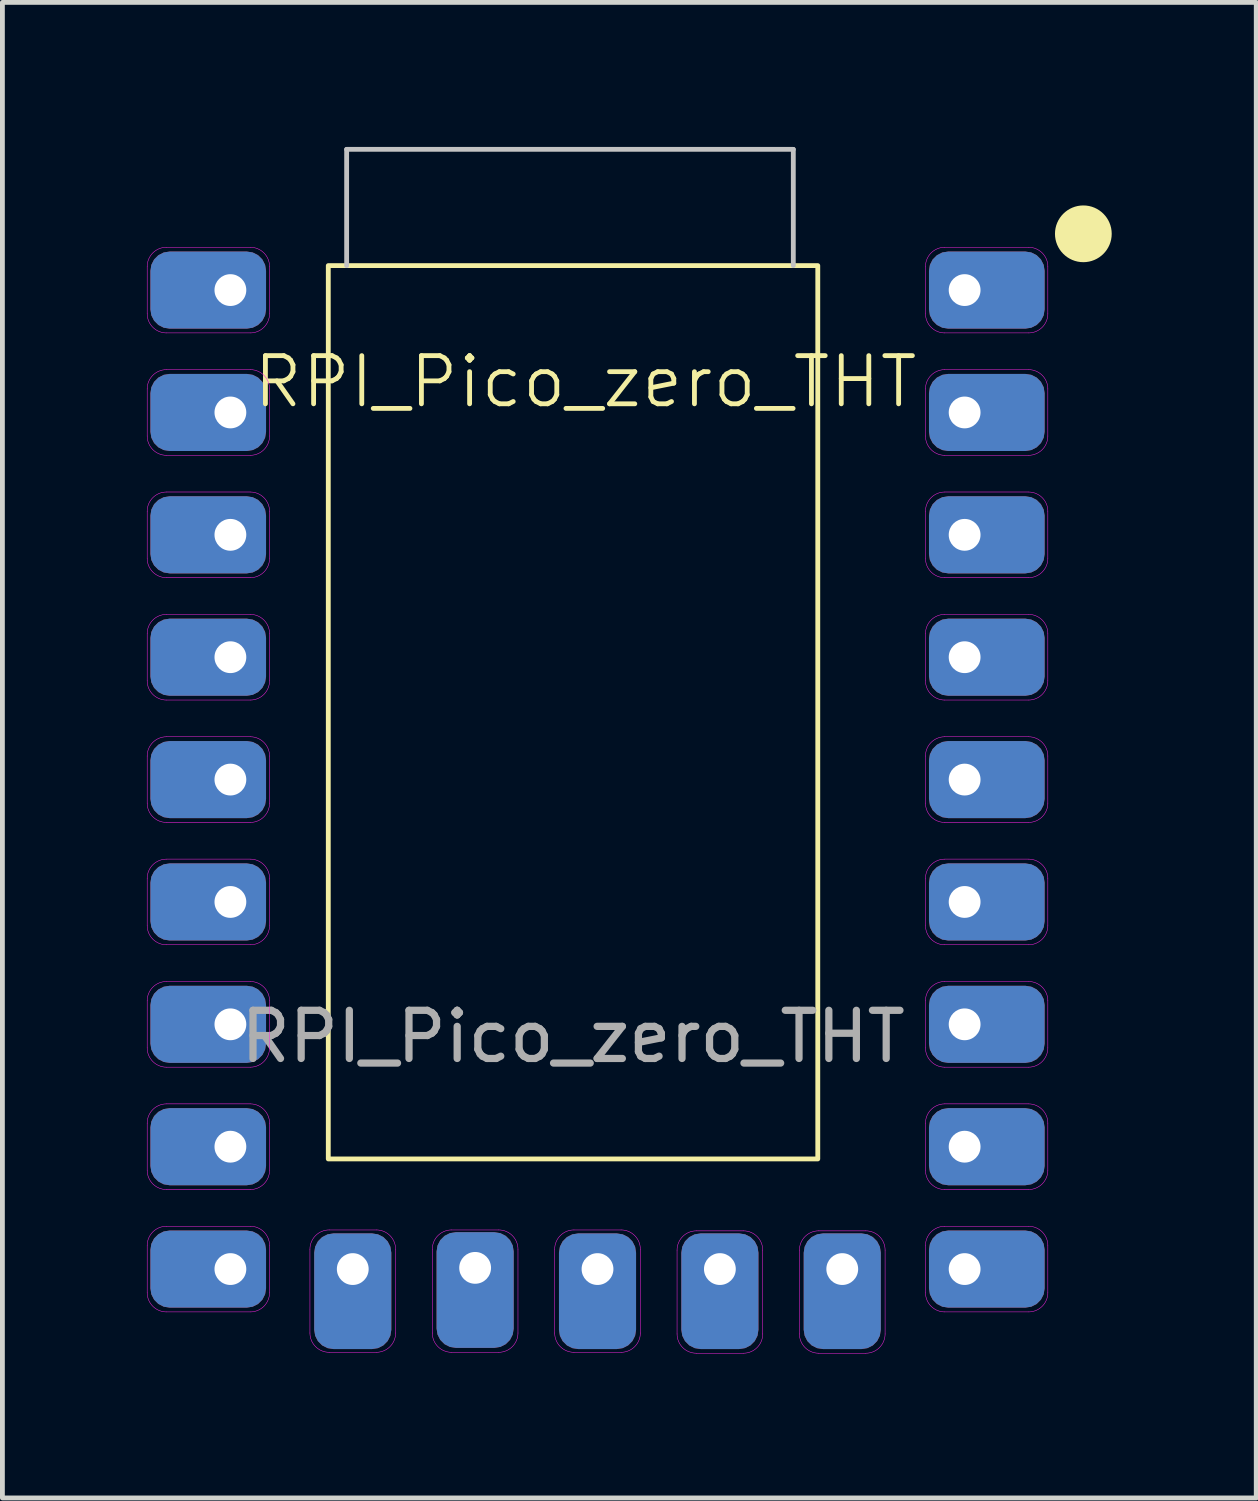
<source format=kicad_pcb>
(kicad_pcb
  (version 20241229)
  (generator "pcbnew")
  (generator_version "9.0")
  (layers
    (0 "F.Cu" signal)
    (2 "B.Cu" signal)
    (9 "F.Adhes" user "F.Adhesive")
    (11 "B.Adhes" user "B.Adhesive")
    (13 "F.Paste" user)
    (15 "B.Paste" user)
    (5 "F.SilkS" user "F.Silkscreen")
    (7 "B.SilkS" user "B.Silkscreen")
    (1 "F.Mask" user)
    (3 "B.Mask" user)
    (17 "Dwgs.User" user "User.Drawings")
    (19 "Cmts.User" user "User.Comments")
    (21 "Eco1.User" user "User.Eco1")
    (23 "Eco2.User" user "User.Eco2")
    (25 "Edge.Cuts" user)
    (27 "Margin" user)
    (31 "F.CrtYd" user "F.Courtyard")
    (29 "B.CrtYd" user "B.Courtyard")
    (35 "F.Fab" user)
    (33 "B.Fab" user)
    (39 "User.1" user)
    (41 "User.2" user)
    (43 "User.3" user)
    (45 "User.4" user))
  (footprint "RPI_Pico_zero_THT"
    (layer "F.Cu")
    (at 9.403 13.487)
    (property "Reference" "RPI_Pico_zero_THT" (at -0.301 -8.613 0) (unlocked yes) (layer "F.SilkS") (effects (font (size 1 1) (thickness 0.1))))
    (attr through_hole)
    (fp_rect (start -5.639 -11.024) (end 4.521 7.518) (stroke (width 0.1) (type default)) (fill no) (layer "F.SilkS"))
    (fp_circle (center 10.033 -11.684) (end 10.414 -12.065) (stroke (width 0.1) (type default)) (fill yes) (layer "F.SilkS"))
    (fp_line (start -5.258 -13.437) (end -5.258 -11.024) (stroke (width 0.1) (type default)) (layer "Dwgs.User"))
    (fp_line (start 4.013 -13.437) (end -5.258 -13.437) (stroke (width 0.1) (type default)) (layer "Dwgs.User"))
    (fp_line (start 4.013 -13.437) (end 4.013 -11.024) (stroke (width 0.1) (type default)) (layer "Dwgs.User"))
    (fp_line (start -9.398 -10.027) (end -9.398 -11.005) (stroke (width 0.01) (type default)) (layer "F.CrtYd"))
    (fp_line (start -9.398 -7.487) (end -9.398 -8.465) (stroke (width 0.01) (type default)) (layer "F.CrtYd"))
    (fp_line (start -9.398 -4.947) (end -9.398 -5.925) (stroke (width 0.01) (type default)) (layer "F.CrtYd"))
    (fp_line (start -9.398 -2.407) (end -9.398 -3.385) (stroke (width 0.01) (type default)) (layer "F.CrtYd"))
    (fp_line (start -9.398 0.133) (end -9.398 -0.845) (stroke (width 0.01) (type default)) (layer "F.CrtYd"))
    (fp_line (start -9.398 2.673) (end -9.398 1.695) (stroke (width 0.01) (type default)) (layer "F.CrtYd"))
    (fp_line (start -9.398 5.213) (end -9.398 4.235) (stroke (width 0.01) (type default)) (layer "F.CrtYd"))
    (fp_line (start -9.398 7.753) (end -9.398 6.775) (stroke (width 0.01) (type default)) (layer "F.CrtYd"))
    (fp_line (start -9.398 10.293) (end -9.398 9.315) (stroke (width 0.01) (type default)) (layer "F.CrtYd"))
    (fp_line (start -8.998 -11.405) (end -7.258 -11.405) (stroke (width 0.01) (type default)) (layer "F.CrtYd"))
    (fp_line (start -8.998 -8.865) (end -7.258 -8.865) (stroke (width 0.01) (type default)) (layer "F.CrtYd"))
    (fp_line (start -8.998 -6.325) (end -7.258 -6.325) (stroke (width 0.01) (type default)) (layer "F.CrtYd"))
    (fp_line (start -8.998 -3.785) (end -7.258 -3.785) (stroke (width 0.01) (type default)) (layer "F.CrtYd"))
    (fp_line (start -8.998 -1.245) (end -7.258 -1.245) (stroke (width 0.01) (type default)) (layer "F.CrtYd"))
    (fp_line (start -8.998 1.295) (end -7.258 1.295) (stroke (width 0.01) (type default)) (layer "F.CrtYd"))
    (fp_line (start -8.998 3.835) (end -7.258 3.835) (stroke (width 0.01) (type default)) (layer "F.CrtYd"))
    (fp_line (start -8.998 6.375) (end -7.258 6.375) (stroke (width 0.01) (type default)) (layer "F.CrtYd"))
    (fp_line (start -8.998 8.915) (end -7.258 8.915) (stroke (width 0.01) (type default)) (layer "F.CrtYd"))
    (fp_line (start -7.258 -9.627) (end -8.998 -9.627) (stroke (width 0.01) (type default)) (layer "F.CrtYd"))
    (fp_line (start -7.258 -7.087) (end -8.998 -7.087) (stroke (width 0.01) (type default)) (layer "F.CrtYd"))
    (fp_line (start -7.258 -4.547) (end -8.998 -4.547) (stroke (width 0.01) (type default)) (layer "F.CrtYd"))
    (fp_line (start -7.258 -2.007) (end -8.998 -2.007) (stroke (width 0.01) (type default)) (layer "F.CrtYd"))
    (fp_line (start -7.258 0.533) (end -8.998 0.533) (stroke (width 0.01) (type default)) (layer "F.CrtYd"))
    (fp_line (start -7.258 3.073) (end -8.998 3.073) (stroke (width 0.01) (type default)) (layer "F.CrtYd"))
    (fp_line (start -7.258 5.613) (end -8.998 5.613) (stroke (width 0.01) (type default)) (layer "F.CrtYd"))
    (fp_line (start -7.258 8.153) (end -8.998 8.153) (stroke (width 0.01) (type default)) (layer "F.CrtYd"))
    (fp_line (start -7.258 10.693) (end -8.998 10.693) (stroke (width 0.01) (type default)) (layer "F.CrtYd"))
    (fp_line (start -6.858 -11.005) (end -6.858 -10.027) (stroke (width 0.01) (type default)) (layer "F.CrtYd"))
    (fp_line (start -6.858 -8.465) (end -6.858 -7.487) (stroke (width 0.01) (type default)) (layer "F.CrtYd"))
    (fp_line (start -6.858 -5.925) (end -6.858 -4.947) (stroke (width 0.01) (type default)) (layer "F.CrtYd"))
    (fp_line (start -6.858 -3.385) (end -6.858 -2.407) (stroke (width 0.01) (type default)) (layer "F.CrtYd"))
    (fp_line (start -6.858 -0.845) (end -6.858 0.133) (stroke (width 0.01) (type default)) (layer "F.CrtYd"))
    (fp_line (start -6.858 1.695) (end -6.858 2.673) (stroke (width 0.01) (type default)) (layer "F.CrtYd"))
    (fp_line (start -6.858 4.235) (end -6.858 5.213) (stroke (width 0.01) (type default)) (layer "F.CrtYd"))
    (fp_line (start -6.858 6.775) (end -6.858 7.753) (stroke (width 0.01) (type default)) (layer "F.CrtYd"))
    (fp_line (start -6.858 9.315) (end -6.858 10.293) (stroke (width 0.01) (type default)) (layer "F.CrtYd"))
    (fp_line (start -6.02 11.132) (end -6.02 9.392) (stroke (width 0.01) (type default)) (layer "F.CrtYd"))
    (fp_line (start -5.62 8.992) (end -4.642 8.992) (stroke (width 0.01) (type default)) (layer "F.CrtYd"))
    (fp_line (start -4.642 11.532) (end -5.62 11.532) (stroke (width 0.01) (type default)) (layer "F.CrtYd"))
    (fp_line (start -4.242 9.392) (end -4.242 11.132) (stroke (width 0.01) (type default)) (layer "F.CrtYd"))
    (fp_line (start -3.48 11.132) (end -3.48 9.392) (stroke (width 0.01) (type default)) (layer "F.CrtYd"))
    (fp_line (start -3.08 8.992) (end -2.102 8.992) (stroke (width 0.01) (type default)) (layer "F.CrtYd"))
    (fp_line (start -2.102 11.532) (end -3.08 11.532) (stroke (width 0.01) (type default)) (layer "F.CrtYd"))
    (fp_line (start -1.702 9.392) (end -1.702 11.132) (stroke (width 0.01) (type default)) (layer "F.CrtYd"))
    (fp_line (start -0.94 11.132) (end -0.94 9.392) (stroke (width 0.01) (type default)) (layer "F.CrtYd"))
    (fp_line (start -0.54 8.992) (end 0.438 8.992) (stroke (width 0.01) (type default)) (layer "F.CrtYd"))
    (fp_line (start 0.438 11.532) (end -0.54 11.532) (stroke (width 0.01) (type default)) (layer "F.CrtYd"))
    (fp_line (start 0.838 9.392) (end 0.838 11.132) (stroke (width 0.01) (type default)) (layer "F.CrtYd"))
    (fp_line (start 1.6 11.151) (end 1.6 9.411) (stroke (width 0.01) (type default)) (layer "F.CrtYd"))
    (fp_line (start 2 9.011) (end 2.978 9.011) (stroke (width 0.01) (type default)) (layer "F.CrtYd"))
    (fp_line (start 2.978 11.551) (end 2 11.551) (stroke (width 0.01) (type default)) (layer "F.CrtYd"))
    (fp_line (start 3.378 9.411) (end 3.378 11.151) (stroke (width 0.01) (type default)) (layer "F.CrtYd"))
    (fp_line (start 4.14 11.151) (end 4.14 9.411) (stroke (width 0.01) (type default)) (layer "F.CrtYd"))
    (fp_line (start 4.54 9.011) (end 5.518 9.011) (stroke (width 0.01) (type default)) (layer "F.CrtYd"))
    (fp_line (start 5.518 11.551) (end 4.54 11.551) (stroke (width 0.01) (type default)) (layer "F.CrtYd"))
    (fp_line (start 5.918 9.411) (end 5.918 11.151) (stroke (width 0.01) (type default)) (layer "F.CrtYd"))
    (fp_line (start 6.756 -10.027) (end 6.756 -11.005) (stroke (width 0.01) (type default)) (layer "F.CrtYd"))
    (fp_line (start 6.756 -7.487) (end 6.756 -8.465) (stroke (width 0.01) (type default)) (layer "F.CrtYd"))
    (fp_line (start 6.756 -4.947) (end 6.756 -5.925) (stroke (width 0.01) (type default)) (layer "F.CrtYd"))
    (fp_line (start 6.756 -2.407) (end 6.756 -3.385) (stroke (width 0.01) (type default)) (layer "F.CrtYd"))
    (fp_line (start 6.756 0.133) (end 6.756 -0.845) (stroke (width 0.01) (type default)) (layer "F.CrtYd"))
    (fp_line (start 6.756 2.673) (end 6.756 1.695) (stroke (width 0.01) (type default)) (layer "F.CrtYd"))
    (fp_line (start 6.756 5.213) (end 6.756 4.235) (stroke (width 0.01) (type default)) (layer "F.CrtYd"))
    (fp_line (start 6.756 7.753) (end 6.756 6.775) (stroke (width 0.01) (type default)) (layer "F.CrtYd"))
    (fp_line (start 6.756 10.293) (end 6.756 9.315) (stroke (width 0.01) (type default)) (layer "F.CrtYd"))
    (fp_line (start 7.156 -11.405) (end 8.896 -11.405) (stroke (width 0.01) (type default)) (layer "F.CrtYd"))
    (fp_line (start 7.156 -8.865) (end 8.896 -8.865) (stroke (width 0.01) (type default)) (layer "F.CrtYd"))
    (fp_line (start 7.156 -6.325) (end 8.896 -6.325) (stroke (width 0.01) (type default)) (layer "F.CrtYd"))
    (fp_line (start 7.156 -3.785) (end 8.896 -3.785) (stroke (width 0.01) (type default)) (layer "F.CrtYd"))
    (fp_line (start 7.156 -1.245) (end 8.896 -1.245) (stroke (width 0.01) (type default)) (layer "F.CrtYd"))
    (fp_line (start 7.156 1.295) (end 8.896 1.295) (stroke (width 0.01) (type default)) (layer "F.CrtYd"))
    (fp_line (start 7.156 3.835) (end 8.896 3.835) (stroke (width 0.01) (type default)) (layer "F.CrtYd"))
    (fp_line (start 7.156 6.375) (end 8.896 6.375) (stroke (width 0.01) (type default)) (layer "F.CrtYd"))
    (fp_line (start 7.156 8.915) (end 8.896 8.915) (stroke (width 0.01) (type default)) (layer "F.CrtYd"))
    (fp_line (start 8.896 -9.627) (end 7.156 -9.627) (stroke (width 0.01) (type default)) (layer "F.CrtYd"))
    (fp_line (start 8.896 -7.087) (end 7.156 -7.087) (stroke (width 0.01) (type default)) (layer "F.CrtYd"))
    (fp_line (start 8.896 -4.547) (end 7.156 -4.547) (stroke (width 0.01) (type default)) (layer "F.CrtYd"))
    (fp_line (start 8.896 -2.007) (end 7.156 -2.007) (stroke (width 0.01) (type default)) (layer "F.CrtYd"))
    (fp_line (start 8.896 0.533) (end 7.156 0.533) (stroke (width 0.01) (type default)) (layer "F.CrtYd"))
    (fp_line (start 8.896 3.073) (end 7.156 3.073) (stroke (width 0.01) (type default)) (layer "F.CrtYd"))
    (fp_line (start 8.896 5.613) (end 7.156 5.613) (stroke (width 0.01) (type default)) (layer "F.CrtYd"))
    (fp_line (start 8.896 8.153) (end 7.156 8.153) (stroke (width 0.01) (type default)) (layer "F.CrtYd"))
    (fp_line (start 8.896 10.693) (end 7.156 10.693) (stroke (width 0.01) (type default)) (layer "F.CrtYd"))
    (fp_line (start 9.296 -11.005) (end 9.296 -10.027) (stroke (width 0.01) (type default)) (layer "F.CrtYd"))
    (fp_line (start 9.296 -8.465) (end 9.296 -7.487) (stroke (width 0.01) (type default)) (layer "F.CrtYd"))
    (fp_line (start 9.296 -5.925) (end 9.296 -4.947) (stroke (width 0.01) (type default)) (layer "F.CrtYd"))
    (fp_line (start 9.296 -3.385) (end 9.296 -2.407) (stroke (width 0.01) (type default)) (layer "F.CrtYd"))
    (fp_line (start 9.296 -0.845) (end 9.296 0.133) (stroke (width 0.01) (type default)) (layer "F.CrtYd"))
    (fp_line (start 9.296 1.695) (end 9.296 2.673) (stroke (width 0.01) (type default)) (layer "F.CrtYd"))
    (fp_line (start 9.296 4.235) (end 9.296 5.213) (stroke (width 0.01) (type default)) (layer "F.CrtYd"))
    (fp_line (start 9.296 6.775) (end 9.296 7.753) (stroke (width 0.01) (type default)) (layer "F.CrtYd"))
    (fp_line (start 9.296 9.315) (end 9.296 10.293) (stroke (width 0.01) (type default)) (layer "F.CrtYd"))
    (fp_arc (start -9.398 -11.0046) (mid -9.280843 -11.287443) (end -8.998 -11.4046) (stroke (width 0.01) (type default)) (layer "F.CrtYd"))
    (fp_arc (start -9.398 -8.4646) (mid -9.280843 -8.747443) (end -8.998 -8.8646) (stroke (width 0.01) (type default)) (layer "F.CrtYd"))
    (fp_arc (start -9.398 -5.9246) (mid -9.280843 -6.207443) (end -8.998 -6.3246) (stroke (width 0.01) (type default)) (layer "F.CrtYd"))
    (fp_arc (start -9.398 -3.3846) (mid -9.280843 -3.667443) (end -8.998 -3.7846) (stroke (width 0.01) (type default)) (layer "F.CrtYd"))
    (fp_arc (start -9.398 -0.8446) (mid -9.280843 -1.127443) (end -8.998 -1.2446) (stroke (width 0.01) (type default)) (layer "F.CrtYd"))
    (fp_arc (start -9.398 1.6954) (mid -9.280843 1.412557) (end -8.998 1.2954) (stroke (width 0.01) (type default)) (layer "F.CrtYd"))
    (fp_arc (start -9.398 4.2354) (mid -9.280843 3.952557) (end -8.998 3.8354) (stroke (width 0.01) (type default)) (layer "F.CrtYd"))
    (fp_arc (start -9.398 6.7754) (mid -9.280843 6.492557) (end -8.998 6.3754) (stroke (width 0.01) (type default)) (layer "F.CrtYd"))
    (fp_arc (start -9.398 9.3154) (mid -9.280843 9.032557) (end -8.998 8.9154) (stroke (width 0.01) (type default)) (layer "F.CrtYd"))
    (fp_arc (start -8.998 -9.6266) (mid -9.280843 -9.743757) (end -9.398 -10.0266) (stroke (width 0.01) (type default)) (layer "F.CrtYd"))
    (fp_arc (start -8.998 -7.0866) (mid -9.280843 -7.203757) (end -9.398 -7.4866) (stroke (width 0.01) (type default)) (layer "F.CrtYd"))
    (fp_arc (start -8.998 -4.5466) (mid -9.280843 -4.663757) (end -9.398 -4.9466) (stroke (width 0.01) (type default)) (layer "F.CrtYd"))
    (fp_arc (start -8.998 -2.0066) (mid -9.280843 -2.123757) (end -9.398 -2.4066) (stroke (width 0.01) (type default)) (layer "F.CrtYd"))
    (fp_arc (start -8.998 0.5334) (mid -9.280843 0.416243) (end -9.398 0.1334) (stroke (width 0.01) (type default)) (layer "F.CrtYd"))
    (fp_arc (start -8.998 3.0734) (mid -9.280843 2.956243) (end -9.398 2.6734) (stroke (width 0.01) (type default)) (layer "F.CrtYd"))
    (fp_arc (start -8.998 5.6134) (mid -9.280843 5.496243) (end -9.398 5.2134) (stroke (width 0.01) (type default)) (layer "F.CrtYd"))
    (fp_arc (start -8.998 8.1534) (mid -9.280843 8.036243) (end -9.398 7.7534) (stroke (width 0.01) (type default)) (layer "F.CrtYd"))
    (fp_arc (start -8.998 10.6934) (mid -9.280843 10.576243) (end -9.398 10.2934) (stroke (width 0.01) (type default)) (layer "F.CrtYd"))
    (fp_arc (start -7.258 -11.4046) (mid -6.975157 -11.287443) (end -6.858 -11.0046) (stroke (width 0.01) (type default)) (layer "F.CrtYd"))
    (fp_arc (start -7.258 -8.8646) (mid -6.975157 -8.747443) (end -6.858 -8.4646) (stroke (width 0.01) (type default)) (layer "F.CrtYd"))
    (fp_arc (start -7.258 -6.3246) (mid -6.975157 -6.207443) (end -6.858 -5.9246) (stroke (width 0.01) (type default)) (layer "F.CrtYd"))
    (fp_arc (start -7.258 -3.7846) (mid -6.975157 -3.667443) (end -6.858 -3.3846) (stroke (width 0.01) (type default)) (layer "F.CrtYd"))
    (fp_arc (start -7.258 -1.2446) (mid -6.975157 -1.127443) (end -6.858 -0.8446) (stroke (width 0.01) (type default)) (layer "F.CrtYd"))
    (fp_arc (start -7.258 1.2954) (mid -6.975157 1.412557) (end -6.858 1.6954) (stroke (width 0.01) (type default)) (layer "F.CrtYd"))
    (fp_arc (start -7.258 3.8354) (mid -6.975157 3.952557) (end -6.858 4.2354) (stroke (width 0.01) (type default)) (layer "F.CrtYd"))
    (fp_arc (start -7.258 6.3754) (mid -6.975157 6.492557) (end -6.858 6.7754) (stroke (width 0.01) (type default)) (layer "F.CrtYd"))
    (fp_arc (start -7.258 8.9154) (mid -6.975157 9.032557) (end -6.858 9.3154) (stroke (width 0.01) (type default)) (layer "F.CrtYd"))
    (fp_arc (start -6.858 -10.0266) (mid -6.975157 -9.743757) (end -7.258 -9.6266) (stroke (width 0.01) (type default)) (layer "F.CrtYd"))
    (fp_arc (start -6.858 -7.4866) (mid -6.975157 -7.203757) (end -7.258 -7.0866) (stroke (width 0.01) (type default)) (layer "F.CrtYd"))
    (fp_arc (start -6.858 -4.9466) (mid -6.975157 -4.663757) (end -7.258 -4.5466) (stroke (width 0.01) (type default)) (layer "F.CrtYd"))
    (fp_arc (start -6.858 -2.4066) (mid -6.975157 -2.123757) (end -7.258 -2.0066) (stroke (width 0.01) (type default)) (layer "F.CrtYd"))
    (fp_arc (start -6.858 0.1334) (mid -6.975157 0.416243) (end -7.258 0.5334) (stroke (width 0.01) (type default)) (layer "F.CrtYd"))
    (fp_arc (start -6.858 2.6734) (mid -6.975157 2.956243) (end -7.258 3.0734) (stroke (width 0.01) (type default)) (layer "F.CrtYd"))
    (fp_arc (start -6.858 5.2134) (mid -6.975157 5.496243) (end -7.258 5.6134) (stroke (width 0.01) (type default)) (layer "F.CrtYd"))
    (fp_arc (start -6.858 7.7534) (mid -6.975157 8.036243) (end -7.258 8.1534) (stroke (width 0.01) (type default)) (layer "F.CrtYd"))
    (fp_arc (start -6.858 10.2934) (mid -6.975157 10.576243) (end -7.258 10.6934) (stroke (width 0.01) (type default)) (layer "F.CrtYd"))
    (fp_arc (start -6.0198 9.3916) (mid -5.902643 9.108757) (end -5.6198 8.9916) (stroke (width 0.01) (type default)) (layer "F.CrtYd"))
    (fp_arc (start -5.6198 11.5316) (mid -5.902643 11.414443) (end -6.0198 11.1316) (stroke (width 0.01) (type default)) (layer "F.CrtYd"))
    (fp_arc (start -4.6418 8.9916) (mid -4.358957 9.108757) (end -4.2418 9.3916) (stroke (width 0.01) (type default)) (layer "F.CrtYd"))
    (fp_arc (start -4.2418 11.1316) (mid -4.358957 11.414443) (end -4.6418 11.5316) (stroke (width 0.01) (type default)) (layer "F.CrtYd"))
    (fp_arc (start -3.4798 9.3916) (mid -3.362643 9.108757) (end -3.0798 8.9916) (stroke (width 0.01) (type default)) (layer "F.CrtYd"))
    (fp_arc (start -3.0798 11.5316) (mid -3.362643 11.414443) (end -3.4798 11.1316) (stroke (width 0.01) (type default)) (layer "F.CrtYd"))
    (fp_arc (start -2.1018 8.9916) (mid -1.818957 9.108757) (end -1.7018 9.3916) (stroke (width 0.01) (type default)) (layer "F.CrtYd"))
    (fp_arc (start -1.7018 11.1316) (mid -1.818957 11.414443) (end -2.1018 11.5316) (stroke (width 0.01) (type default)) (layer "F.CrtYd"))
    (fp_arc (start -0.9398 9.3916) (mid -0.822643 9.108757) (end -0.5398 8.9916) (stroke (width 0.01) (type default)) (layer "F.CrtYd"))
    (fp_arc (start -0.5398 11.5316) (mid -0.822643 11.414443) (end -0.9398 11.1316) (stroke (width 0.01) (type default)) (layer "F.CrtYd"))
    (fp_arc (start 0.4382 8.9916) (mid 0.721043 9.108757) (end 0.8382 9.3916) (stroke (width 0.01) (type default)) (layer "F.CrtYd"))
    (fp_arc (start 0.8382 11.1316) (mid 0.721043 11.414443) (end 0.4382 11.5316) (stroke (width 0.01) (type default)) (layer "F.CrtYd"))
    (fp_arc (start 1.6002 9.4106) (mid 1.717357 9.127757) (end 2.0002 9.0106) (stroke (width 0.01) (type default)) (layer "F.CrtYd"))
    (fp_arc (start 2.0002 11.5506) (mid 1.717357 11.433443) (end 1.6002 11.1506) (stroke (width 0.01) (type default)) (layer "F.CrtYd"))
    (fp_arc (start 2.9782 9.0106) (mid 3.261043 9.127757) (end 3.3782 9.4106) (stroke (width 0.01) (type default)) (layer "F.CrtYd"))
    (fp_arc (start 3.3782 11.1506) (mid 3.261043 11.433443) (end 2.9782 11.5506) (stroke (width 0.01) (type default)) (layer "F.CrtYd"))
    (fp_arc (start 4.1402 9.4106) (mid 4.257357 9.127757) (end 4.5402 9.0106) (stroke (width 0.01) (type default)) (layer "F.CrtYd"))
    (fp_arc (start 4.5402 11.5506) (mid 4.257357 11.433443) (end 4.1402 11.1506) (stroke (width 0.01) (type default)) (layer "F.CrtYd"))
    (fp_arc (start 5.5182 9.0106) (mid 5.801043 9.127757) (end 5.9182 9.4106) (stroke (width 0.01) (type default)) (layer "F.CrtYd"))
    (fp_arc (start 5.9182 11.1506) (mid 5.801043 11.433443) (end 5.5182 11.5506) (stroke (width 0.01) (type default)) (layer "F.CrtYd"))
    (fp_arc (start 6.7564 -11.0046) (mid 6.873557 -11.287443) (end 7.1564 -11.4046) (stroke (width 0.01) (type default)) (layer "F.CrtYd"))
    (fp_arc (start 6.7564 -8.4646) (mid 6.873557 -8.747443) (end 7.1564 -8.8646) (stroke (width 0.01) (type default)) (layer "F.CrtYd"))
    (fp_arc (start 6.7564 -5.9246) (mid 6.873557 -6.207443) (end 7.1564 -6.3246) (stroke (width 0.01) (type default)) (layer "F.CrtYd"))
    (fp_arc (start 6.7564 -3.3846) (mid 6.873557 -3.667443) (end 7.1564 -3.7846) (stroke (width 0.01) (type default)) (layer "F.CrtYd"))
    (fp_arc (start 6.7564 -0.8446) (mid 6.873557 -1.127443) (end 7.1564 -1.2446) (stroke (width 0.01) (type default)) (layer "F.CrtYd"))
    (fp_arc (start 6.7564 1.6954) (mid 6.873557 1.412557) (end 7.1564 1.2954) (stroke (width 0.01) (type default)) (layer "F.CrtYd"))
    (fp_arc (start 6.7564 4.2354) (mid 6.873557 3.952557) (end 7.1564 3.8354) (stroke (width 0.01) (type default)) (layer "F.CrtYd"))
    (fp_arc (start 6.7564 6.7754) (mid 6.873557 6.492557) (end 7.1564 6.3754) (stroke (width 0.01) (type default)) (layer "F.CrtYd"))
    (fp_arc (start 6.7564 9.3154) (mid 6.873557 9.032557) (end 7.1564 8.9154) (stroke (width 0.01) (type default)) (layer "F.CrtYd"))
    (fp_arc (start 7.1564 -9.6266) (mid 6.873557 -9.743757) (end 6.7564 -10.0266) (stroke (width 0.01) (type default)) (layer "F.CrtYd"))
    (fp_arc (start 7.1564 -7.0866) (mid 6.873557 -7.203757) (end 6.7564 -7.4866) (stroke (width 0.01) (type default)) (layer "F.CrtYd"))
    (fp_arc (start 7.1564 -4.5466) (mid 6.873557 -4.663757) (end 6.7564 -4.9466) (stroke (width 0.01) (type default)) (layer "F.CrtYd"))
    (fp_arc (start 7.1564 -2.0066) (mid 6.873557 -2.123757) (end 6.7564 -2.4066) (stroke (width 0.01) (type default)) (layer "F.CrtYd"))
    (fp_arc (start 7.1564 0.5334) (mid 6.873557 0.416243) (end 6.7564 0.1334) (stroke (width 0.01) (type default)) (layer "F.CrtYd"))
    (fp_arc (start 7.1564 3.0734) (mid 6.873557 2.956243) (end 6.7564 2.6734) (stroke (width 0.01) (type default)) (layer "F.CrtYd"))
    (fp_arc (start 7.1564 5.6134) (mid 6.873557 5.496243) (end 6.7564 5.2134) (stroke (width 0.01) (type default)) (layer "F.CrtYd"))
    (fp_arc (start 7.1564 8.1534) (mid 6.873557 8.036243) (end 6.7564 7.7534) (stroke (width 0.01) (type default)) (layer "F.CrtYd"))
    (fp_arc (start 7.1564 10.6934) (mid 6.873557 10.576243) (end 6.7564 10.2934) (stroke (width 0.01) (type default)) (layer "F.CrtYd"))
    (fp_arc (start 8.8964 -11.4046) (mid 9.179243 -11.287443) (end 9.2964 -11.0046) (stroke (width 0.01) (type default)) (layer "F.CrtYd"))
    (fp_arc (start 8.8964 -8.8646) (mid 9.179243 -8.747443) (end 9.2964 -8.4646) (stroke (width 0.01) (type default)) (layer "F.CrtYd"))
    (fp_arc (start 8.8964 -6.3246) (mid 9.179243 -6.207443) (end 9.2964 -5.9246) (stroke (width 0.01) (type default)) (layer "F.CrtYd"))
    (fp_arc (start 8.8964 -3.7846) (mid 9.179243 -3.667443) (end 9.2964 -3.3846) (stroke (width 0.01) (type default)) (layer "F.CrtYd"))
    (fp_arc (start 8.8964 -1.2446) (mid 9.179243 -1.127443) (end 9.2964 -0.8446) (stroke (width 0.01) (type default)) (layer "F.CrtYd"))
    (fp_arc (start 8.8964 1.2954) (mid 9.179243 1.412557) (end 9.2964 1.6954) (stroke (width 0.01) (type default)) (layer "F.CrtYd"))
    (fp_arc (start 8.8964 3.8354) (mid 9.179243 3.952557) (end 9.2964 4.2354) (stroke (width 0.01) (type default)) (layer "F.CrtYd"))
    (fp_arc (start 8.8964 6.3754) (mid 9.179243 6.492557) (end 9.2964 6.7754) (stroke (width 0.01) (type default)) (layer "F.CrtYd"))
    (fp_arc (start 8.8964 8.9154) (mid 9.179243 9.032557) (end 9.2964 9.3154) (stroke (width 0.01) (type default)) (layer "F.CrtYd"))
    (fp_arc (start 9.2964 -10.0266) (mid 9.179243 -9.743757) (end 8.8964 -9.6266) (stroke (width 0.01) (type default)) (layer "F.CrtYd"))
    (fp_arc (start 9.2964 -7.4866) (mid 9.179243 -7.203757) (end 8.8964 -7.0866) (stroke (width 0.01) (type default)) (layer "F.CrtYd"))
    (fp_arc (start 9.2964 -4.9466) (mid 9.179243 -4.663757) (end 8.8964 -4.5466) (stroke (width 0.01) (type default)) (layer "F.CrtYd"))
    (fp_arc (start 9.2964 -2.4066) (mid 9.179243 -2.123757) (end 8.8964 -2.0066) (stroke (width 0.01) (type default)) (layer "F.CrtYd"))
    (fp_arc (start 9.2964 0.1334) (mid 9.179243 0.416243) (end 8.8964 0.5334) (stroke (width 0.01) (type default)) (layer "F.CrtYd"))
    (fp_arc (start 9.2964 2.6734) (mid 9.179243 2.956243) (end 8.8964 3.0734) (stroke (width 0.01) (type default)) (layer "F.CrtYd"))
    (fp_arc (start 9.2964 5.2134) (mid 9.179243 5.496243) (end 8.8964 5.6134) (stroke (width 0.01) (type default)) (layer "F.CrtYd"))
    (fp_arc (start 9.2964 7.7534) (mid 9.179243 8.036243) (end 8.8964 8.1534) (stroke (width 0.01) (type default)) (layer "F.CrtYd"))
    (fp_arc (start 9.2964 10.2934) (mid 9.179243 10.576243) (end 8.8964 10.6934) (stroke (width 0.01) (type default)) (layer "F.CrtYd"))
    (fp_text user "${REFERENCE}" (at -0.559 4.978 0) (unlocked yes) (layer "F.Fab") (effects (font (size 1 1) (thickness 0.15))))
    (pad "0" thru_hole roundrect (at 7.569 -10.516 180) (size 2.4 1.6) (drill 0.66 (offset -0.46 0)) (layers "*.Cu" "*.Mask") (roundrect_rratio 0.25))
    (pad "1" thru_hole roundrect (at 7.569 -7.976 180) (size 2.4 1.6) (drill 0.66 (offset -0.46 0)) (layers "*.Cu" "*.Mask") (roundrect_rratio 0.25))
    (pad "2" thru_hole roundrect (at 7.569 -5.436 180) (size 2.4 1.6) (drill 0.66 (offset -0.46 0)) (layers "*.Cu" "*.Mask") (roundrect_rratio 0.25))
    (pad "3" thru_hole roundrect (at 7.569 -2.896 180) (size 2.4 1.6) (drill 0.66 (offset -0.46 0)) (layers "*.Cu" "*.Mask") (roundrect_rratio 0.25))
    (pad "4" thru_hole roundrect (at 7.569 -0.356 180) (size 2.4 1.6) (drill 0.66 (offset -0.46 0)) (layers "*.Cu" "*.Mask") (roundrect_rratio 0.25))
    (pad "5" thru_hole roundrect (at 7.569 2.184 180) (size 2.4 1.6) (drill 0.66 (offset -0.46 0)) (layers "*.Cu" "*.Mask") (roundrect_rratio 0.25))
    (pad "6" thru_hole roundrect (at 7.569 4.724 180) (size 2.4 1.6) (drill 0.66 (offset -0.46 0)) (layers "*.Cu" "*.Mask") (roundrect_rratio 0.25))
    (pad "7" thru_hole roundrect (at 7.569 7.264 180) (size 2.4 1.6) (drill 0.66 (offset -0.46 0)) (layers "*.Cu" "*.Mask") (roundrect_rratio 0.25))
    (pad "8" thru_hole roundrect (at 7.569 9.804 180) (size 2.4 1.6) (drill 0.66 (offset -0.46 0)) (layers "*.Cu" "*.Mask") (roundrect_rratio 0.25))
    (pad "9" thru_hole roundrect (at 5.029 9.804 90) (size 2.4 1.6) (drill 0.66 (offset -0.46 0)) (layers "*.Cu" "*.Mask") (roundrect_rratio 0.25))
    (pad "10" thru_hole roundrect (at 2.489 9.804 90) (size 2.4 1.6) (drill 0.66 (offset -0.46 0)) (layers "*.Cu" "*.Mask") (roundrect_rratio 0.25))
    (pad "11" thru_hole roundrect (at -0.051 9.804 90) (size 2.4 1.6) (drill 0.66 (offset -0.46 0)) (layers "*.Cu" "*.Mask") (roundrect_rratio 0.25))
    (pad "12" thru_hole roundrect (at -2.591 9.779 90) (size 2.4 1.6) (drill 0.66 (offset -0.46 0)) (layers "*.Cu" "*.Mask") (roundrect_rratio 0.25))
    (pad "13" thru_hole roundrect (at -5.131 9.804 90) (size 2.4 1.6) (drill 0.66 (offset -0.46 0)) (layers "*.Cu" "*.Mask") (roundrect_rratio 0.25))
    (pad "14" thru_hole roundrect (at -7.671 9.804) (size 2.4 1.6) (drill 0.66 (offset -0.46 0)) (layers "*.Cu" "*.Mask") (roundrect_rratio 0.25))
    (pad "15" thru_hole roundrect (at -7.671 7.264) (size 2.4 1.6) (drill 0.66 (offset -0.46 0)) (layers "*.Cu" "*.Mask") (roundrect_rratio 0.25))
    (pad "26" thru_hole roundrect (at -7.671 4.724) (size 2.4 1.6) (drill 0.66 (offset -0.46 0)) (layers "*.Cu" "*.Mask") (roundrect_rratio 0.25))
    (pad "27" thru_hole roundrect (at -7.671 2.184) (size 2.4 1.6) (drill 0.66 (offset -0.46 0)) (layers "*.Cu" "*.Mask") (roundrect_rratio 0.25))
    (pad "28" thru_hole roundrect (at -7.671 -0.356) (size 2.4 1.6) (drill 0.66 (offset -0.46 0)) (layers "*.Cu" "*.Mask") (roundrect_rratio 0.25))
    (pad "29" thru_hole roundrect (at -7.671 -2.896) (size 2.4 1.6) (drill 0.66 (offset -0.46 0)) (layers "*.Cu" "*.Mask") (roundrect_rratio 0.25))
    (pad "30" thru_hole roundrect (at -7.671 -5.436) (size 2.4 1.6) (drill 0.66 (offset -0.46 0)) (layers "*.Cu" "*.Mask") (roundrect_rratio 0.25))
    (pad "31" thru_hole roundrect (at -7.671 -7.976) (size 2.4 1.6) (drill 0.66 (offset -0.46 0)) (layers "*.Cu" "*.Mask") (roundrect_rratio 0.25))
    (pad "32" thru_hole roundrect (at -7.671 -10.516) (size 2.4 1.6) (drill 0.66 (offset -0.46 0)) (layers "*.Cu" "*.Mask") (roundrect_rratio 0.25)))
  (gr_rect
    (start -3 -3)
    (end 23.025 28.042)
    (stroke (width 0.1) (type default))
    (fill no)
    (layer "Edge.Cuts")))
</source>
